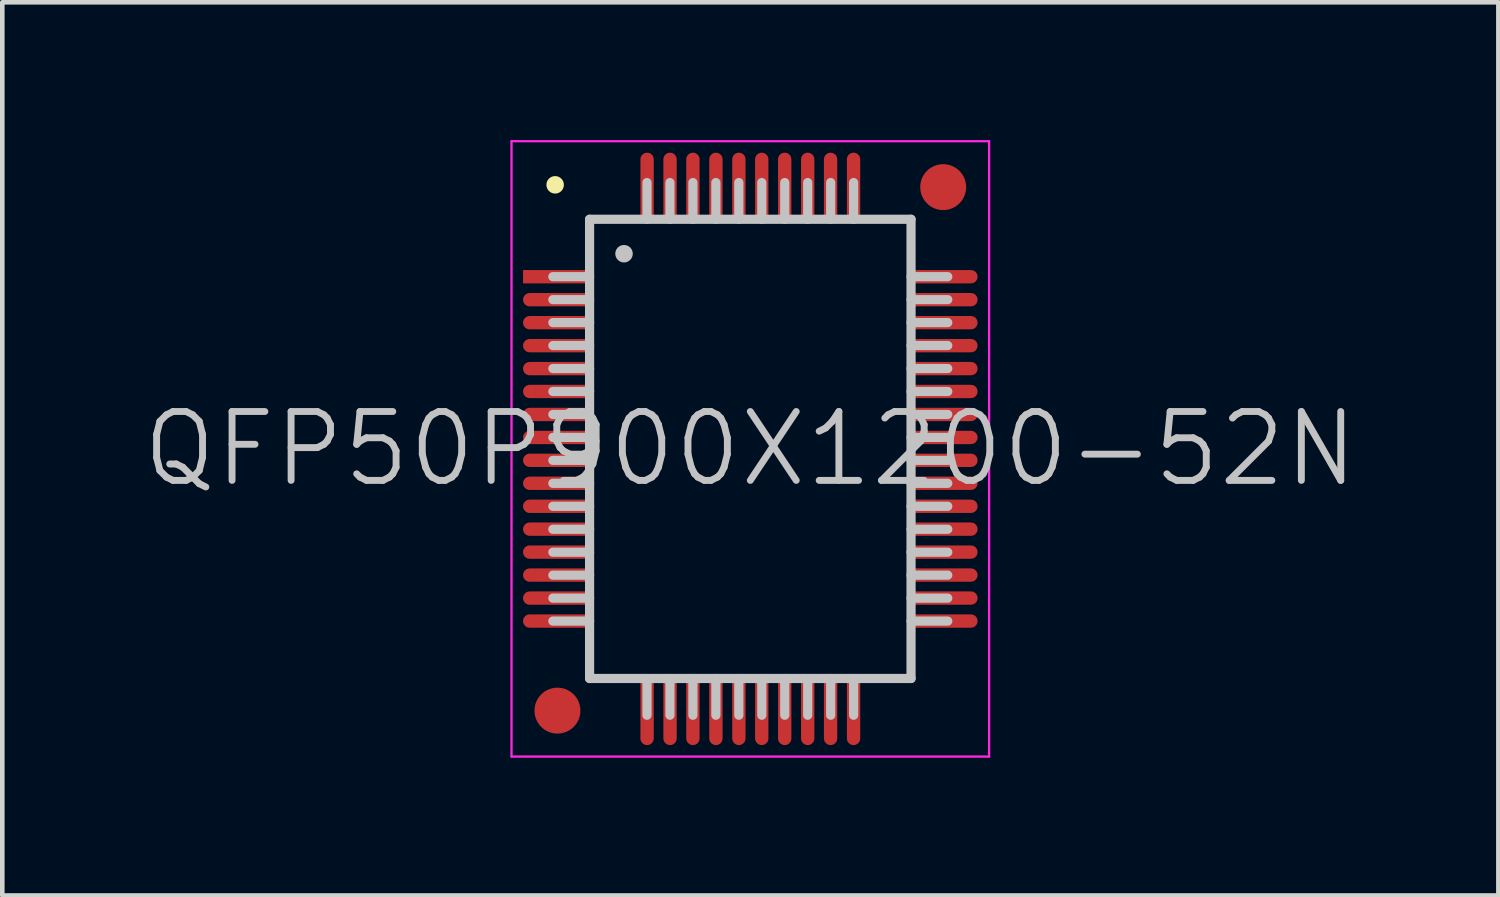
<source format=kicad_pcb>
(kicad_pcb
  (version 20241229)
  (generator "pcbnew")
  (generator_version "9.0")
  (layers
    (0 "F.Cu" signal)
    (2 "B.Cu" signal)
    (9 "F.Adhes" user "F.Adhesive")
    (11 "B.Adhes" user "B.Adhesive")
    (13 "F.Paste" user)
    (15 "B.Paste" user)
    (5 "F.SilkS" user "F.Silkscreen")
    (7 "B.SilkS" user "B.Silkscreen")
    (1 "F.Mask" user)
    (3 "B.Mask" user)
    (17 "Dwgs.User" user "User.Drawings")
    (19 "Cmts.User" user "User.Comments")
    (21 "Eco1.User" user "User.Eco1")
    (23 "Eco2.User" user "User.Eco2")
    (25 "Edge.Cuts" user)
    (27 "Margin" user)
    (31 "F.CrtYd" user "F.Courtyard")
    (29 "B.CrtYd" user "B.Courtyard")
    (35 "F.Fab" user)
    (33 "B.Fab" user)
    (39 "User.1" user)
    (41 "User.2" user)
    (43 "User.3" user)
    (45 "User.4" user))
  (footprint "QFP50P900X1200-52N"
    (layer "F.Cu")
    (at 13.289 6.725)
    (property "Reference" "QFP50P900X1200-52N" (at 0 0 0) (layer "Dwgs.User") (effects (font (size 1.5 1.5) (thickness 0.15))))
    (attr smd)
    (fp_line (start -4.25 -5.75) (end -4.25 -5.75) (stroke (width 0.381) (type solid)) (layer "F.SilkS"))
    (fp_line (start -3.5 -5) (end -3.5 5) (stroke (width 0.2) (type solid)) (layer "Dwgs.User"))
    (fp_line (start -3.5 -5) (end 3.5 -5) (stroke (width 0.2) (type solid)) (layer "Dwgs.User"))
    (fp_line (start -3.5 -3.75) (end -4.3 -3.75) (stroke (width 0.2) (type solid)) (layer "Dwgs.User"))
    (fp_line (start -3.5 -3.25) (end -4.3 -3.25) (stroke (width 0.2) (type solid)) (layer "Dwgs.User"))
    (fp_line (start -3.5 -2.75) (end -4.3 -2.75) (stroke (width 0.2) (type solid)) (layer "Dwgs.User"))
    (fp_line (start -3.5 -2.25) (end -4.3 -2.25) (stroke (width 0.2) (type solid)) (layer "Dwgs.User"))
    (fp_line (start -3.5 -1.75) (end -4.3 -1.75) (stroke (width 0.2) (type solid)) (layer "Dwgs.User"))
    (fp_line (start -3.5 -1.25) (end -4.3 -1.25) (stroke (width 0.2) (type solid)) (layer "Dwgs.User"))
    (fp_line (start -3.5 -0.75) (end -4.3 -0.75) (stroke (width 0.2) (type solid)) (layer "Dwgs.User"))
    (fp_line (start -3.5 -0.25) (end -4.3 -0.25) (stroke (width 0.2) (type solid)) (layer "Dwgs.User"))
    (fp_line (start -3.5 0.25) (end -4.3 0.25) (stroke (width 0.2) (type solid)) (layer "Dwgs.User"))
    (fp_line (start -3.5 0.75) (end -4.3 0.75) (stroke (width 0.2) (type solid)) (layer "Dwgs.User"))
    (fp_line (start -3.5 1.25) (end -4.3 1.25) (stroke (width 0.2) (type solid)) (layer "Dwgs.User"))
    (fp_line (start -3.5 1.75) (end -4.3 1.75) (stroke (width 0.2) (type solid)) (layer "Dwgs.User"))
    (fp_line (start -3.5 2.25) (end -4.3 2.25) (stroke (width 0.2) (type solid)) (layer "Dwgs.User"))
    (fp_line (start -3.5 2.75) (end -4.3 2.75) (stroke (width 0.2) (type solid)) (layer "Dwgs.User"))
    (fp_line (start -3.5 3.25) (end -4.3 3.25) (stroke (width 0.2) (type solid)) (layer "Dwgs.User"))
    (fp_line (start -3.5 3.75) (end -4.3 3.75) (stroke (width 0.2) (type solid)) (layer "Dwgs.User"))
    (fp_line (start -3.5 5) (end 3.5 5) (stroke (width 0.2) (type solid)) (layer "Dwgs.User"))
    (fp_line (start -2.75 -4.25) (end -2.75 -4.25) (stroke (width 0.381) (type solid)) (layer "Dwgs.User"))
    (fp_line (start -2.25 -5) (end -2.25 -5.8) (stroke (width 0.2) (type solid)) (layer "Dwgs.User"))
    (fp_line (start -2.25 5.8) (end -2.25 5) (stroke (width 0.2) (type solid)) (layer "Dwgs.User"))
    (fp_line (start -1.75 -5) (end -1.75 -5.8) (stroke (width 0.2) (type solid)) (layer "Dwgs.User"))
    (fp_line (start -1.75 5.8) (end -1.75 5) (stroke (width 0.2) (type solid)) (layer "Dwgs.User"))
    (fp_line (start -1.25 -5) (end -1.25 -5.8) (stroke (width 0.2) (type solid)) (layer "Dwgs.User"))
    (fp_line (start -1.25 5.8) (end -1.25 5) (stroke (width 0.2) (type solid)) (layer "Dwgs.User"))
    (fp_line (start -0.75 -5) (end -0.75 -5.8) (stroke (width 0.2) (type solid)) (layer "Dwgs.User"))
    (fp_line (start -0.75 5.8) (end -0.75 5) (stroke (width 0.2) (type solid)) (layer "Dwgs.User"))
    (fp_line (start -0.25 -5) (end -0.25 -5.8) (stroke (width 0.2) (type solid)) (layer "Dwgs.User"))
    (fp_line (start -0.25 5.8) (end -0.25 5) (stroke (width 0.2) (type solid)) (layer "Dwgs.User"))
    (fp_line (start 0.25 -5) (end 0.25 -5.8) (stroke (width 0.2) (type solid)) (layer "Dwgs.User"))
    (fp_line (start 0.25 5.8) (end 0.25 5) (stroke (width 0.2) (type solid)) (layer "Dwgs.User"))
    (fp_line (start 0.75 -5) (end 0.75 -5.8) (stroke (width 0.2) (type solid)) (layer "Dwgs.User"))
    (fp_line (start 0.75 5.8) (end 0.75 5) (stroke (width 0.2) (type solid)) (layer "Dwgs.User"))
    (fp_line (start 1.25 -5) (end 1.25 -5.8) (stroke (width 0.2) (type solid)) (layer "Dwgs.User"))
    (fp_line (start 1.25 5.8) (end 1.25 5) (stroke (width 0.2) (type solid)) (layer "Dwgs.User"))
    (fp_line (start 1.75 -5) (end 1.75 -5.8) (stroke (width 0.2) (type solid)) (layer "Dwgs.User"))
    (fp_line (start 1.75 5.8) (end 1.75 5) (stroke (width 0.2) (type solid)) (layer "Dwgs.User"))
    (fp_line (start 2.25 -5) (end 2.25 -5.8) (stroke (width 0.2) (type solid)) (layer "Dwgs.User"))
    (fp_line (start 2.25 5.8) (end 2.25 5) (stroke (width 0.2) (type solid)) (layer "Dwgs.User"))
    (fp_line (start 3.5 -5) (end 3.5 5) (stroke (width 0.2) (type solid)) (layer "Dwgs.User"))
    (fp_line (start 4.3 -3.75) (end 3.5 -3.75) (stroke (width 0.2) (type solid)) (layer "Dwgs.User"))
    (fp_line (start 4.3 -3.25) (end 3.5 -3.25) (stroke (width 0.2) (type solid)) (layer "Dwgs.User"))
    (fp_line (start 4.3 -2.75) (end 3.5 -2.75) (stroke (width 0.2) (type solid)) (layer "Dwgs.User"))
    (fp_line (start 4.3 -2.25) (end 3.5 -2.25) (stroke (width 0.2) (type solid)) (layer "Dwgs.User"))
    (fp_line (start 4.3 -1.75) (end 3.5 -1.75) (stroke (width 0.2) (type solid)) (layer "Dwgs.User"))
    (fp_line (start 4.3 -1.25) (end 3.5 -1.25) (stroke (width 0.2) (type solid)) (layer "Dwgs.User"))
    (fp_line (start 4.3 -0.75) (end 3.5 -0.75) (stroke (width 0.2) (type solid)) (layer "Dwgs.User"))
    (fp_line (start 4.3 -0.25) (end 3.5 -0.25) (stroke (width 0.2) (type solid)) (layer "Dwgs.User"))
    (fp_line (start 4.3 0.25) (end 3.5 0.25) (stroke (width 0.2) (type solid)) (layer "Dwgs.User"))
    (fp_line (start 4.3 0.75) (end 3.5 0.75) (stroke (width 0.2) (type solid)) (layer "Dwgs.User"))
    (fp_line (start 4.3 1.25) (end 3.5 1.25) (stroke (width 0.2) (type solid)) (layer "Dwgs.User"))
    (fp_line (start 4.3 1.75) (end 3.5 1.75) (stroke (width 0.2) (type solid)) (layer "Dwgs.User"))
    (fp_line (start 4.3 2.25) (end 3.5 2.25) (stroke (width 0.2) (type solid)) (layer "Dwgs.User"))
    (fp_line (start 4.3 2.75) (end 3.5 2.75) (stroke (width 0.2) (type solid)) (layer "Dwgs.User"))
    (fp_line (start 4.3 3.25) (end 3.5 3.25) (stroke (width 0.2) (type solid)) (layer "Dwgs.User"))
    (fp_line (start 4.3 3.75) (end 3.5 3.75) (stroke (width 0.2) (type solid)) (layer "Dwgs.User"))
    (fp_line (start -5.2 -6.7) (end -5.2 6.7) (stroke (width 0.05) (type solid)) (layer "F.CrtYd"))
    (fp_line (start -5.2 -6.7) (end 5.2 -6.7) (stroke (width 0.05) (type solid)) (layer "F.CrtYd"))
    (fp_line (start -5.2 6.7) (end 5.2 6.7) (stroke (width 0.05) (type solid)) (layer "F.CrtYd"))
    (fp_line (start 5.2 -6.7) (end 5.2 6.7) (stroke (width 0.05) (type solid)) (layer "F.CrtYd"))
    (pad "" smd circle (at -4.2 5.7) (size 1 1) (layers "F.Cu" "F.Mask"))
    (pad "" smd circle (at 4.2 -5.7) (size 1 1) (layers "F.Cu" "F.Mask"))
    (pad "1" smd rect (at -4.199 -3.749 90) (size 0.29 1.5) (layers "F.Cu" "F.Mask" "F.Paste"))
    (pad "2" smd oval (at -4.199 -3.249 90) (size 0.29 1.5) (layers "F.Cu" "F.Mask" "F.Paste"))
    (pad "3" smd oval (at -4.199 -2.748 90) (size 0.29 1.5) (layers "F.Cu" "F.Mask" "F.Paste"))
    (pad "4" smd oval (at -4.199 -2.248 90) (size 0.29 1.5) (layers "F.Cu" "F.Mask" "F.Paste"))
    (pad "5" smd oval (at -4.199 -1.748 90) (size 0.29 1.5) (layers "F.Cu" "F.Mask" "F.Paste"))
    (pad "6" smd oval (at -4.199 -1.25 90) (size 0.29 1.5) (layers "F.Cu" "F.Mask" "F.Paste"))
    (pad "7" smd oval (at -4.199 -0.749 90) (size 0.29 1.5) (layers "F.Cu" "F.Mask" "F.Paste"))
    (pad "8" smd oval (at -4.199 -0.249 90) (size 0.29 1.5) (layers "F.Cu" "F.Mask" "F.Paste"))
    (pad "9" smd oval (at -4.199 0.249 90) (size 0.29 1.5) (layers "F.Cu" "F.Mask" "F.Paste"))
    (pad "10" smd oval (at -4.199 0.749 90) (size 0.29 1.5) (layers "F.Cu" "F.Mask" "F.Paste"))
    (pad "11" smd oval (at -4.199 1.25 90) (size 0.29 1.5) (layers "F.Cu" "F.Mask" "F.Paste"))
    (pad "12" smd oval (at -4.199 1.748 90) (size 0.29 1.5) (layers "F.Cu" "F.Mask" "F.Paste"))
    (pad "13" smd oval (at -4.199 2.248 90) (size 0.29 1.5) (layers "F.Cu" "F.Mask" "F.Paste"))
    (pad "14" smd oval (at -4.199 2.748 90) (size 0.29 1.5) (layers "F.Cu" "F.Mask" "F.Paste"))
    (pad "15" smd oval (at -4.199 3.249 90) (size 0.29 1.5) (layers "F.Cu" "F.Mask" "F.Paste"))
    (pad "16" smd oval (at -4.199 3.749 90) (size 0.29 1.5) (layers "F.Cu" "F.Mask" "F.Paste"))
    (pad "17" smd oval (at -2.248 5.7 180) (size 0.29 1.5) (layers "F.Cu" "F.Mask" "F.Paste"))
    (pad "18" smd oval (at -1.748 5.7 180) (size 0.29 1.5) (layers "F.Cu" "F.Mask" "F.Paste"))
    (pad "19" smd oval (at -1.25 5.7 180) (size 0.29 1.5) (layers "F.Cu" "F.Mask" "F.Paste"))
    (pad "20" smd oval (at -0.749 5.7 180) (size 0.29 1.5) (layers "F.Cu" "F.Mask" "F.Paste"))
    (pad "21" smd oval (at -0.249 5.7 180) (size 0.29 1.5) (layers "F.Cu" "F.Mask" "F.Paste"))
    (pad "22" smd oval (at 0.249 5.7 180) (size 0.29 1.5) (layers "F.Cu" "F.Mask" "F.Paste"))
    (pad "23" smd oval (at 0.749 5.7 180) (size 0.29 1.5) (layers "F.Cu" "F.Mask" "F.Paste"))
    (pad "24" smd oval (at 1.25 5.7 180) (size 0.29 1.5) (layers "F.Cu" "F.Mask" "F.Paste"))
    (pad "25" smd oval (at 1.748 5.7 180) (size 0.29 1.5) (layers "F.Cu" "F.Mask" "F.Paste"))
    (pad "26" smd oval (at 2.248 5.7 180) (size 0.29 1.5) (layers "F.Cu" "F.Mask" "F.Paste"))
    (pad "27" smd oval (at 4.199 3.749 270) (size 0.29 1.5) (layers "F.Cu" "F.Mask" "F.Paste"))
    (pad "28" smd oval (at 4.199 3.249 270) (size 0.29 1.5) (layers "F.Cu" "F.Mask" "F.Paste"))
    (pad "29" smd oval (at 4.199 2.748 270) (size 0.29 1.5) (layers "F.Cu" "F.Mask" "F.Paste"))
    (pad "30" smd oval (at 4.199 2.248 270) (size 0.29 1.5) (layers "F.Cu" "F.Mask" "F.Paste"))
    (pad "31" smd oval (at 4.199 1.748 270) (size 0.29 1.5) (layers "F.Cu" "F.Mask" "F.Paste"))
    (pad "32" smd oval (at 4.199 1.25 270) (size 0.29 1.5) (layers "F.Cu" "F.Mask" "F.Paste"))
    (pad "33" smd oval (at 4.199 0.749 270) (size 0.29 1.5) (layers "F.Cu" "F.Mask" "F.Paste"))
    (pad "34" smd oval (at 4.199 0.249 270) (size 0.29 1.5) (layers "F.Cu" "F.Mask" "F.Paste"))
    (pad "35" smd oval (at 4.199 -0.249 270) (size 0.29 1.5) (layers "F.Cu" "F.Mask" "F.Paste"))
    (pad "36" smd oval (at 4.199 -0.749 270) (size 0.29 1.5) (layers "F.Cu" "F.Mask" "F.Paste"))
    (pad "37" smd oval (at 4.199 -1.25 270) (size 0.29 1.5) (layers "F.Cu" "F.Mask" "F.Paste"))
    (pad "38" smd oval (at 4.199 -1.748 270) (size 0.29 1.5) (layers "F.Cu" "F.Mask" "F.Paste"))
    (pad "39" smd oval (at 4.199 -2.248 270) (size 0.29 1.5) (layers "F.Cu" "F.Mask" "F.Paste"))
    (pad "40" smd oval (at 4.199 -2.748 270) (size 0.29 1.5) (layers "F.Cu" "F.Mask" "F.Paste"))
    (pad "41" smd oval (at 4.199 -3.249 270) (size 0.29 1.5) (layers "F.Cu" "F.Mask" "F.Paste"))
    (pad "42" smd oval (at 4.199 -3.749 270) (size 0.29 1.5) (layers "F.Cu" "F.Mask" "F.Paste"))
    (pad "43" smd oval (at 2.248 -5.7) (size 0.29 1.5) (layers "F.Cu" "F.Mask" "F.Paste"))
    (pad "44" smd oval (at 1.748 -5.7) (size 0.29 1.5) (layers "F.Cu" "F.Mask" "F.Paste"))
    (pad "45" smd oval (at 1.25 -5.7) (size 0.29 1.5) (layers "F.Cu" "F.Mask" "F.Paste"))
    (pad "46" smd oval (at 0.749 -5.7) (size 0.29 1.5) (layers "F.Cu" "F.Mask" "F.Paste"))
    (pad "47" smd oval (at 0.249 -5.7) (size 0.29 1.5) (layers "F.Cu" "F.Mask" "F.Paste"))
    (pad "48" smd oval (at -0.249 -5.7) (size 0.29 1.5) (layers "F.Cu" "F.Mask" "F.Paste"))
    (pad "49" smd oval (at -0.749 -5.7) (size 0.29 1.5) (layers "F.Cu" "F.Mask" "F.Paste"))
    (pad "50" smd oval (at -1.25 -5.7) (size 0.29 1.5) (layers "F.Cu" "F.Mask" "F.Paste"))
    (pad "51" smd oval (at -1.748 -5.7) (size 0.29 1.5) (layers "F.Cu" "F.Mask" "F.Paste"))
    (pad "52" smd oval (at -2.248 -5.7) (size 0.29 1.5) (layers "F.Cu" "F.Mask" "F.Paste")))
  (gr_rect
    (start -3 -3)
    (end 29.579 16.45)
    (stroke (width 0.1) (type default))
    (fill no)
    (layer "Edge.Cuts")))
</source>
